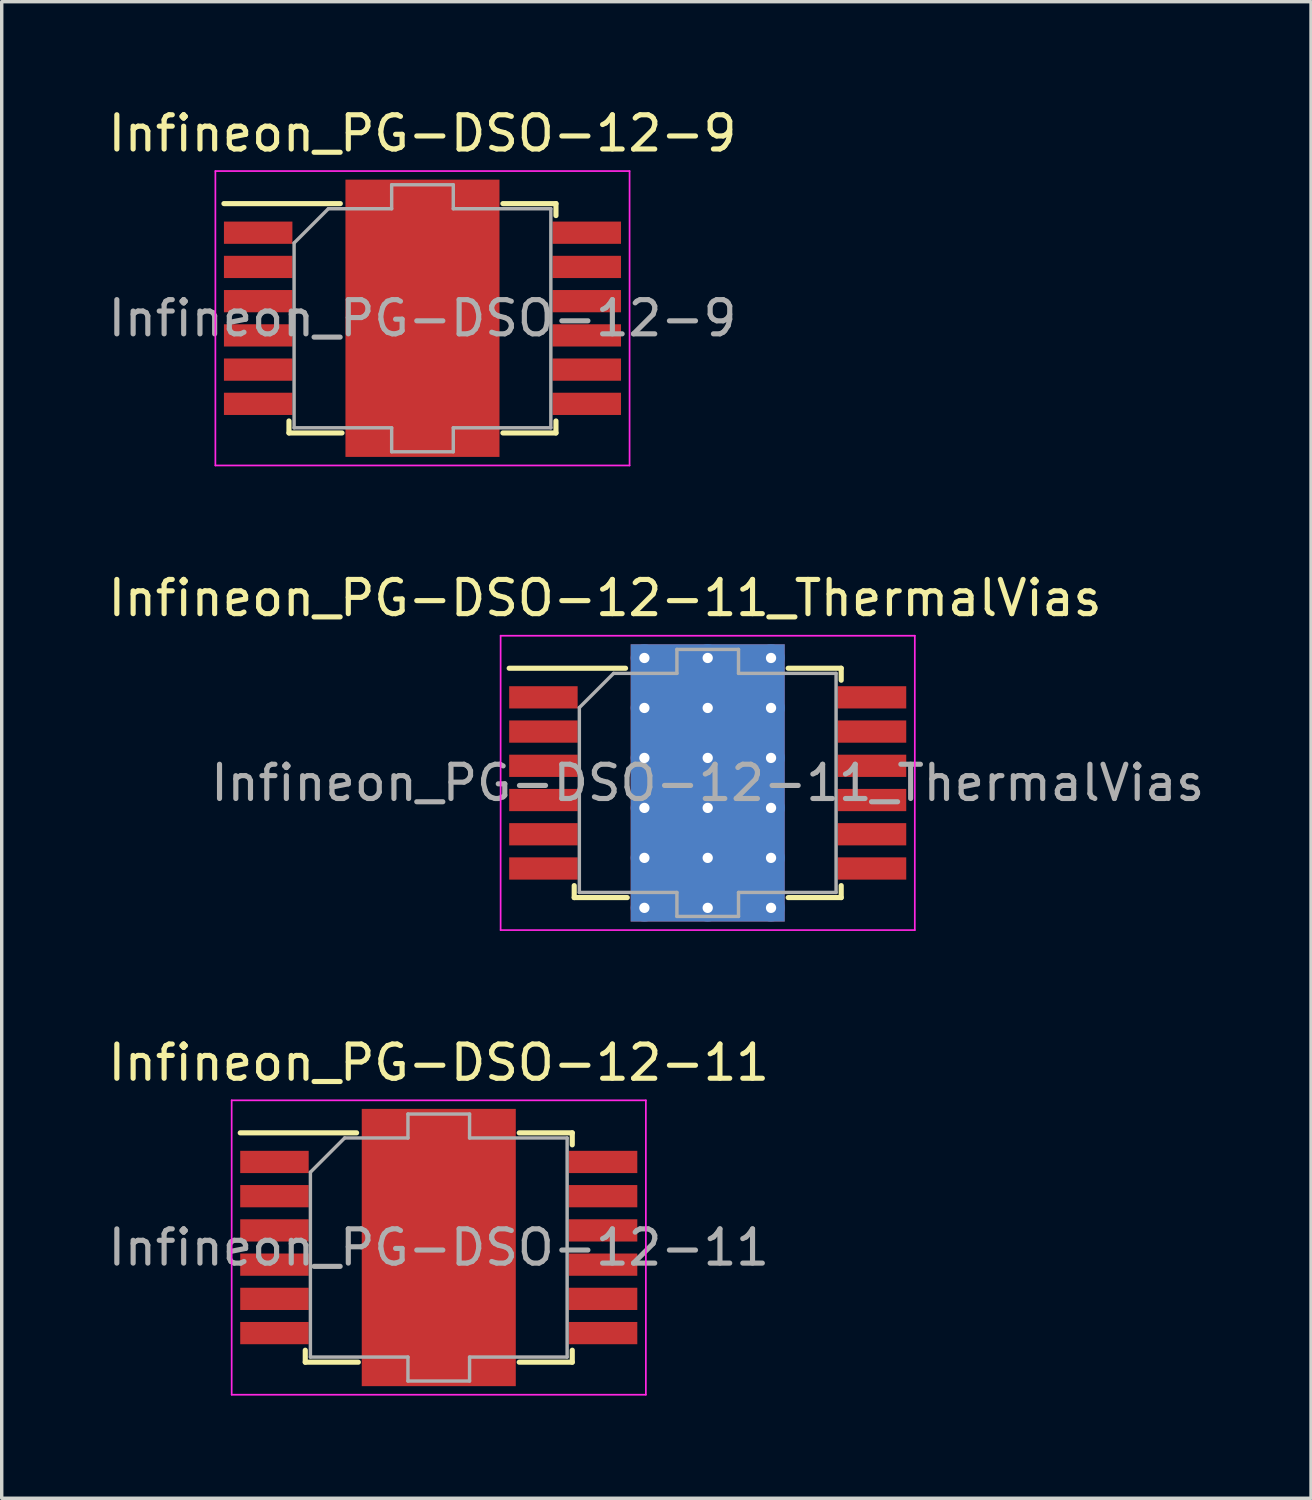
<source format=kicad_pcb>
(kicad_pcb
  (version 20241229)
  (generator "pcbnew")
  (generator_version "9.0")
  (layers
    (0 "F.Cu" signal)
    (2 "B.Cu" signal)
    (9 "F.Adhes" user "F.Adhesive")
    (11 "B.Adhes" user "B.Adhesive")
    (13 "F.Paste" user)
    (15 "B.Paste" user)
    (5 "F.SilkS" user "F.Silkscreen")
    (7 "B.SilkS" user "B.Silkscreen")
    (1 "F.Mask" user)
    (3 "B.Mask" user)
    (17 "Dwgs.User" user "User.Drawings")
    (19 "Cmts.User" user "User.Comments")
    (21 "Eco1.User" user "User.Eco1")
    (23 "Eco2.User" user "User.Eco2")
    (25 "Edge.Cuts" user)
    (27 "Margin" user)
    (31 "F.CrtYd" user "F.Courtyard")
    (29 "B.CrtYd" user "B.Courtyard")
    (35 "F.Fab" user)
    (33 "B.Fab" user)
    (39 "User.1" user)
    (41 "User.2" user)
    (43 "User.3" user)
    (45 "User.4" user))
  (footprint "Infineon_PG-DSO-12-11"
    (layer "F.Cu")
    (at 9.768 33.395)
    (property "Reference" "Infineon_PG-DSO-12-11" (at 0 -5.4 0) (layer "F.SilkS") (effects (font (size 1 1) (thickness 0.15))))
    (attr smd)
    (fp_line (start -5.8 -3.35) (end -2.4 -3.35) (stroke (width 0.15) (type solid)) (layer "F.SilkS"))
    (fp_line (start -3.9 3) (end -3.9 3.35) (stroke (width 0.15) (type solid)) (layer "F.SilkS"))
    (fp_line (start -3.9 3.35) (end -2.35 3.35) (stroke (width 0.15) (type solid)) (layer "F.SilkS"))
    (fp_line (start 3.9 -3.35) (end 2.35 -3.35) (stroke (width 0.15) (type solid)) (layer "F.SilkS"))
    (fp_line (start 3.9 -3) (end 3.9 -3.35) (stroke (width 0.15) (type solid)) (layer "F.SilkS"))
    (fp_line (start 3.9 3) (end 3.9 3.35) (stroke (width 0.15) (type solid)) (layer "F.SilkS"))
    (fp_line (start 3.9 3.35) (end 2.35 3.35) (stroke (width 0.15) (type solid)) (layer "F.SilkS"))
    (fp_line (start -6.05 -4.3) (end 6.05 -4.3) (stroke (width 0.05) (type solid)) (layer "F.CrtYd"))
    (fp_line (start -6.05 4.3) (end -6.05 -4.3) (stroke (width 0.05) (type solid)) (layer "F.CrtYd"))
    (fp_line (start 6.05 -4.3) (end 6.05 4.3) (stroke (width 0.05) (type solid)) (layer "F.CrtYd"))
    (fp_line (start 6.05 4.3) (end -6.05 4.3) (stroke (width 0.05) (type solid)) (layer "F.CrtYd"))
    (fp_line (start -3.75 3.2) (end -3.75 -2.2) (stroke (width 0.1) (type solid)) (layer "F.Fab"))
    (fp_line (start -2.75 -3.2) (end -3.75 -2.2) (stroke (width 0.1) (type solid)) (layer "F.Fab"))
    (fp_line (start -2.75 -3.2) (end -0.9 -3.2) (stroke (width 0.1) (type solid)) (layer "F.Fab"))
    (fp_line (start -0.9 -3.9) (end 0.9 -3.9) (stroke (width 0.1) (type solid)) (layer "F.Fab"))
    (fp_line (start -0.9 -3.2) (end -0.9 -3.9) (stroke (width 0.1) (type solid)) (layer "F.Fab"))
    (fp_line (start -0.9 3.2) (end -3.75 3.2) (stroke (width 0.1) (type solid)) (layer "F.Fab"))
    (fp_line (start -0.9 3.9) (end -0.9 3.2) (stroke (width 0.1) (type solid)) (layer "F.Fab"))
    (fp_line (start 0.9 -3.9) (end 0.9 -3.2) (stroke (width 0.1) (type solid)) (layer "F.Fab"))
    (fp_line (start 0.9 -3.2) (end 3.75 -3.2) (stroke (width 0.1) (type solid)) (layer "F.Fab"))
    (fp_line (start 0.9 3.2) (end 0.9 3.9) (stroke (width 0.1) (type solid)) (layer "F.Fab"))
    (fp_line (start 0.9 3.9) (end -0.9 3.9) (stroke (width 0.1) (type solid)) (layer "F.Fab"))
    (fp_line (start 3.75 -3.2) (end 3.75 3.2) (stroke (width 0.1) (type solid)) (layer "F.Fab"))
    (fp_line (start 3.75 3.2) (end 0.9 3.2) (stroke (width 0.1) (type solid)) (layer "F.Fab"))
    (fp_text user "${REFERENCE}" (at 0 0 0) (layer "F.Fab") (effects (font (size 1 1) (thickness 0.15))))
    (pad "" smd rect (at -1.125 -2.92) (size 1.95 1.16) (layers "F.Paste"))
    (pad "" smd rect (at -1.125 -1.46) (size 1.95 1.16) (layers "F.Paste"))
    (pad "" smd rect (at -1.125 0) (size 1.95 1.16) (layers "F.Paste"))
    (pad "" smd rect (at -1.125 1.46) (size 1.95 1.16) (layers "F.Paste"))
    (pad "" smd rect (at -1.125 2.92) (size 1.95 1.16) (layers "F.Paste"))
    (pad "" smd rect (at 1.125 -2.92) (size 1.95 1.16) (layers "F.Paste"))
    (pad "" smd rect (at 1.125 -1.46) (size 1.95 1.16) (layers "F.Paste"))
    (pad "" smd rect (at 1.125 0) (size 1.95 1.16) (layers "F.Paste"))
    (pad "" smd rect (at 1.125 1.46) (size 1.95 1.16) (layers "F.Paste"))
    (pad "" smd rect (at 1.125 2.92) (size 1.95 1.16) (layers "F.Paste"))
    (pad "1" smd rect (at -4.8 -2.5) (size 2 0.65) (layers "F.Cu" "F.Mask" "F.Paste"))
    (pad "2" smd rect (at -4.8 -1.5) (size 2 0.65) (layers "F.Cu" "F.Mask" "F.Paste"))
    (pad "3" smd rect (at -4.8 -0.5) (size 2 0.65) (layers "F.Cu" "F.Mask" "F.Paste"))
    (pad "4" smd rect (at -4.8 0.5) (size 2 0.65) (layers "F.Cu" "F.Mask" "F.Paste"))
    (pad "5" smd rect (at -4.8 1.5) (size 2 0.65) (layers "F.Cu" "F.Mask" "F.Paste"))
    (pad "6" smd rect (at -4.8 2.5) (size 2 0.65) (layers "F.Cu" "F.Mask" "F.Paste"))
    (pad "7" smd rect (at 4.8 2.5) (size 2 0.65) (layers "F.Cu" "F.Mask" "F.Paste"))
    (pad "8" smd rect (at 4.8 1.5) (size 2 0.65) (layers "F.Cu" "F.Mask" "F.Paste"))
    (pad "9" smd rect (at 4.8 0.5) (size 2 0.65) (layers "F.Cu" "F.Mask" "F.Paste"))
    (pad "10" smd rect (at 4.8 -0.5) (size 2 0.65) (layers "F.Cu" "F.Mask" "F.Paste"))
    (pad "11" smd rect (at 4.8 -1.5) (size 2 0.65) (layers "F.Cu" "F.Mask" "F.Paste"))
    (pad "12" smd rect (at 4.8 -2.5) (size 2 0.65) (layers "F.Cu" "F.Mask" "F.Paste"))
    (pad "13" smd rect (at 0 0) (size 4.5 8.1) (layers "F.Cu" "F.Mask")))
  (footprint "Infineon_PG-DSO-12-11_ThermalVias"
    (layer "F.Cu")
    (at 17.625 19.822)
    (property "Reference" "Infineon_PG-DSO-12-11_ThermalVias" (at -3 -5.4 0) (layer "F.SilkS") (effects (font (size 1 1) (thickness 0.15))))
    (attr smd)
    (fp_line (start -5.8 -3.35) (end -2.4 -3.35) (stroke (width 0.15) (type solid)) (layer "F.SilkS"))
    (fp_line (start -3.9 3) (end -3.9 3.35) (stroke (width 0.15) (type solid)) (layer "F.SilkS"))
    (fp_line (start -3.9 3.35) (end -2.35 3.35) (stroke (width 0.15) (type solid)) (layer "F.SilkS"))
    (fp_line (start 3.9 -3.35) (end 2.35 -3.35) (stroke (width 0.15) (type solid)) (layer "F.SilkS"))
    (fp_line (start 3.9 -3) (end 3.9 -3.35) (stroke (width 0.15) (type solid)) (layer "F.SilkS"))
    (fp_line (start 3.9 3) (end 3.9 3.35) (stroke (width 0.15) (type solid)) (layer "F.SilkS"))
    (fp_line (start 3.9 3.35) (end 2.35 3.35) (stroke (width 0.15) (type solid)) (layer "F.SilkS"))
    (fp_line (start -6.05 -4.3) (end 6.05 -4.3) (stroke (width 0.05) (type solid)) (layer "F.CrtYd"))
    (fp_line (start -6.05 4.3) (end -6.05 -4.3) (stroke (width 0.05) (type solid)) (layer "F.CrtYd"))
    (fp_line (start 6.05 -4.3) (end 6.05 4.3) (stroke (width 0.05) (type solid)) (layer "F.CrtYd"))
    (fp_line (start 6.05 4.3) (end -6.05 4.3) (stroke (width 0.05) (type solid)) (layer "F.CrtYd"))
    (fp_line (start -3.75 3.2) (end -3.75 -2.2) (stroke (width 0.1) (type solid)) (layer "F.Fab"))
    (fp_line (start -2.75 -3.2) (end -3.75 -2.2) (stroke (width 0.1) (type solid)) (layer "F.Fab"))
    (fp_line (start -2.75 -3.2) (end -0.9 -3.2) (stroke (width 0.1) (type solid)) (layer "F.Fab"))
    (fp_line (start -0.9 -3.9) (end 0.9 -3.9) (stroke (width 0.1) (type solid)) (layer "F.Fab"))
    (fp_line (start -0.9 -3.2) (end -0.9 -3.9) (stroke (width 0.1) (type solid)) (layer "F.Fab"))
    (fp_line (start -0.9 3.2) (end -3.75 3.2) (stroke (width 0.1) (type solid)) (layer "F.Fab"))
    (fp_line (start -0.9 3.9) (end -0.9 3.2) (stroke (width 0.1) (type solid)) (layer "F.Fab"))
    (fp_line (start 0.9 -3.9) (end 0.9 -3.2) (stroke (width 0.1) (type solid)) (layer "F.Fab"))
    (fp_line (start 0.9 -3.2) (end 3.75 -3.2) (stroke (width 0.1) (type solid)) (layer "F.Fab"))
    (fp_line (start 0.9 3.2) (end 0.9 3.9) (stroke (width 0.1) (type solid)) (layer "F.Fab"))
    (fp_line (start 0.9 3.9) (end -0.9 3.9) (stroke (width 0.1) (type solid)) (layer "F.Fab"))
    (fp_line (start 3.75 -3.2) (end 3.75 3.2) (stroke (width 0.1) (type solid)) (layer "F.Fab"))
    (fp_line (start 3.75 3.2) (end 0.9 3.2) (stroke (width 0.1) (type solid)) (layer "F.Fab"))
    (fp_text user "${REFERENCE}" (at 0 0 0) (layer "F.Fab") (effects (font (size 1 1) (thickness 0.15))))
    (pad "" smd rect (at -0.925 -2.92) (size 1.55 1.16) (layers "F.Paste"))
    (pad "" smd rect (at -0.925 -1.46) (size 1.55 1.16) (layers "F.Paste"))
    (pad "" smd rect (at -0.925 0) (size 1.55 1.16) (layers "F.Paste"))
    (pad "" smd rect (at -0.925 1.46) (size 1.55 1.16) (layers "F.Paste"))
    (pad "" smd rect (at -0.925 2.92) (size 1.55 1.16) (layers "F.Paste"))
    (pad "" smd rect (at 0.925 -2.92) (size 1.55 1.16) (layers "F.Paste"))
    (pad "" smd rect (at 0.925 -1.46) (size 1.55 1.16) (layers "F.Paste"))
    (pad "" smd rect (at 0.925 0) (size 1.55 1.16) (layers "F.Paste"))
    (pad "" smd rect (at 0.925 1.46) (size 1.55 1.16) (layers "F.Paste"))
    (pad "" smd rect (at 0.925 2.92) (size 1.55 1.16) (layers "F.Paste"))
    (pad "1" smd rect (at -4.8 -2.5) (size 2 0.65) (layers "F.Cu" "F.Mask" "F.Paste"))
    (pad "2" smd rect (at -4.8 -1.5) (size 2 0.65) (layers "F.Cu" "F.Mask" "F.Paste"))
    (pad "3" smd rect (at -4.8 -0.5) (size 2 0.65) (layers "F.Cu" "F.Mask" "F.Paste"))
    (pad "4" smd rect (at -4.8 0.5) (size 2 0.65) (layers "F.Cu" "F.Mask" "F.Paste"))
    (pad "5" smd rect (at -4.8 1.5) (size 2 0.65) (layers "F.Cu" "F.Mask" "F.Paste"))
    (pad "6" smd rect (at -4.8 2.5) (size 2 0.65) (layers "F.Cu" "F.Mask" "F.Paste"))
    (pad "7" smd rect (at 4.8 2.5) (size 2 0.65) (layers "F.Cu" "F.Mask" "F.Paste"))
    (pad "8" smd rect (at 4.8 1.5) (size 2 0.65) (layers "F.Cu" "F.Mask" "F.Paste"))
    (pad "9" smd rect (at 4.8 0.5) (size 2 0.65) (layers "F.Cu" "F.Mask" "F.Paste"))
    (pad "10" smd rect (at 4.8 -0.5) (size 2 0.65) (layers "F.Cu" "F.Mask" "F.Paste"))
    (pad "11" smd rect (at 4.8 -1.5) (size 2 0.65) (layers "F.Cu" "F.Mask" "F.Paste"))
    (pad "12" smd rect (at 4.8 -2.5) (size 2 0.65) (layers "F.Cu" "F.Mask" "F.Paste"))
    (pad "13" thru_hole circle (at -1.85 -3.65) (size 0.8 0.8) (drill 0.3) (layers "*.Cu"))
    (pad "13" thru_hole circle (at -1.85 -2.19) (size 0.8 0.8) (drill 0.3) (layers "*.Cu"))
    (pad "13" thru_hole circle (at -1.85 -0.73) (size 0.8 0.8) (drill 0.3) (layers "*.Cu"))
    (pad "13" thru_hole circle (at -1.85 0.73) (size 0.8 0.8) (drill 0.3) (layers "*.Cu"))
    (pad "13" thru_hole circle (at -1.85 2.19) (size 0.8 0.8) (drill 0.3) (layers "*.Cu"))
    (pad "13" thru_hole circle (at -1.85 3.65) (size 0.8 0.8) (drill 0.3) (layers "*.Cu"))
    (pad "13" thru_hole circle (at 0 -3.65) (size 0.8 0.8) (drill 0.3) (layers "*.Cu"))
    (pad "13" thru_hole circle (at 0 -2.19) (size 0.8 0.8) (drill 0.3) (layers "*.Cu"))
    (pad "13" thru_hole circle (at 0 -0.73) (size 0.8 0.8) (drill 0.3) (layers "*.Cu"))
    (pad "13" smd rect (at 0 0) (size 4.5 8.1) (layers "F.Cu" "F.Mask"))
    (pad "13" smd rect (at 0 0) (size 4.5 8.1) (layers "B.Cu"))
    (pad "13" thru_hole circle (at 0 0.73) (size 0.8 0.8) (drill 0.3) (layers "*.Cu"))
    (pad "13" thru_hole circle (at 0 2.19) (size 0.8 0.8) (drill 0.3) (layers "*.Cu"))
    (pad "13" thru_hole circle (at 0 3.65) (size 0.8 0.8) (drill 0.3) (layers "*.Cu"))
    (pad "13" thru_hole circle (at 1.85 -3.65) (size 0.8 0.8) (drill 0.3) (layers "*.Cu"))
    (pad "13" thru_hole circle (at 1.85 -2.19) (size 0.8 0.8) (drill 0.3) (layers "*.Cu"))
    (pad "13" thru_hole circle (at 1.85 -0.73) (size 0.8 0.8) (drill 0.3) (layers "*.Cu"))
    (pad "13" thru_hole circle (at 1.85 0.73) (size 0.8 0.8) (drill 0.3) (layers "*.Cu"))
    (pad "13" thru_hole circle (at 1.85 2.19) (size 0.8 0.8) (drill 0.3) (layers "*.Cu"))
    (pad "13" thru_hole circle (at 1.85 3.65) (size 0.8 0.8) (drill 0.3) (layers "*.Cu")))
  (footprint "Infineon_PG-DSO-12-9"
    (layer "F.Cu")
    (at 9.292 6.248)
    (property "Reference" "Infineon_PG-DSO-12-9" (at 0 -5.4 0) (layer "F.SilkS") (effects (font (size 1 1) (thickness 0.15))))
    (attr smd)
    (fp_line (start -5.8 -3.35) (end -2.4 -3.35) (stroke (width 0.15) (type solid)) (layer "F.SilkS"))
    (fp_line (start -3.9 3) (end -3.9 3.35) (stroke (width 0.15) (type solid)) (layer "F.SilkS"))
    (fp_line (start -3.9 3.35) (end -2.35 3.35) (stroke (width 0.15) (type solid)) (layer "F.SilkS"))
    (fp_line (start 3.9 -3.35) (end 2.35 -3.35) (stroke (width 0.15) (type solid)) (layer "F.SilkS"))
    (fp_line (start 3.9 -3) (end 3.9 -3.35) (stroke (width 0.15) (type solid)) (layer "F.SilkS"))
    (fp_line (start 3.9 3) (end 3.9 3.35) (stroke (width 0.15) (type solid)) (layer "F.SilkS"))
    (fp_line (start 3.9 3.35) (end 2.35 3.35) (stroke (width 0.15) (type solid)) (layer "F.SilkS"))
    (fp_line (start -6.05 -4.3) (end 6.05 -4.3) (stroke (width 0.05) (type solid)) (layer "F.CrtYd"))
    (fp_line (start -6.05 4.3) (end -6.05 -4.3) (stroke (width 0.05) (type solid)) (layer "F.CrtYd"))
    (fp_line (start 6.05 -4.3) (end 6.05 4.3) (stroke (width 0.05) (type solid)) (layer "F.CrtYd"))
    (fp_line (start 6.05 4.3) (end -6.05 4.3) (stroke (width 0.05) (type solid)) (layer "F.CrtYd"))
    (fp_line (start -3.75 3.2) (end -3.75 -2.2) (stroke (width 0.1) (type solid)) (layer "F.Fab"))
    (fp_line (start -2.75 -3.2) (end -3.75 -2.2) (stroke (width 0.1) (type solid)) (layer "F.Fab"))
    (fp_line (start -2.75 -3.2) (end -0.9 -3.2) (stroke (width 0.1) (type solid)) (layer "F.Fab"))
    (fp_line (start -0.9 -3.9) (end 0.9 -3.9) (stroke (width 0.1) (type solid)) (layer "F.Fab"))
    (fp_line (start -0.9 -3.2) (end -0.9 -3.9) (stroke (width 0.1) (type solid)) (layer "F.Fab"))
    (fp_line (start -0.9 3.2) (end -3.75 3.2) (stroke (width 0.1) (type solid)) (layer "F.Fab"))
    (fp_line (start -0.9 3.9) (end -0.9 3.2) (stroke (width 0.1) (type solid)) (layer "F.Fab"))
    (fp_line (start 0.9 -3.9) (end 0.9 -3.2) (stroke (width 0.1) (type solid)) (layer "F.Fab"))
    (fp_line (start 0.9 -3.2) (end 3.75 -3.2) (stroke (width 0.1) (type solid)) (layer "F.Fab"))
    (fp_line (start 0.9 3.2) (end 0.9 3.9) (stroke (width 0.1) (type solid)) (layer "F.Fab"))
    (fp_line (start 0.9 3.9) (end -0.9 3.9) (stroke (width 0.1) (type solid)) (layer "F.Fab"))
    (fp_line (start 3.75 -3.2) (end 3.75 3.2) (stroke (width 0.1) (type solid)) (layer "F.Fab"))
    (fp_line (start 3.75 3.2) (end 0.9 3.2) (stroke (width 0.1) (type solid)) (layer "F.Fab"))
    (fp_text user "${REFERENCE}" (at 0 0 0) (layer "F.Fab") (effects (font (size 1 1) (thickness 0.15))))
    (pad "" smd rect (at -1.125 -2.92) (size 1.95 1.16) (layers "F.Paste"))
    (pad "" smd rect (at -1.125 -1.46) (size 1.95 1.16) (layers "F.Paste"))
    (pad "" smd rect (at -1.125 0) (size 1.95 1.16) (layers "F.Paste"))
    (pad "" smd rect (at -1.125 1.46) (size 1.95 1.16) (layers "F.Paste"))
    (pad "" smd rect (at -1.125 2.92) (size 1.95 1.16) (layers "F.Paste"))
    (pad "" smd rect (at 1.125 -2.92) (size 1.95 1.16) (layers "F.Paste"))
    (pad "" smd rect (at 1.125 -1.46) (size 1.95 1.16) (layers "F.Paste"))
    (pad "" smd rect (at 1.125 0) (size 1.95 1.16) (layers "F.Paste"))
    (pad "" smd rect (at 1.125 1.46) (size 1.95 1.16) (layers "F.Paste"))
    (pad "" smd rect (at 1.125 2.92) (size 1.95 1.16) (layers "F.Paste"))
    (pad "1" smd rect (at -4.8 -2.5) (size 2 0.65) (layers "F.Cu" "F.Mask" "F.Paste"))
    (pad "2" smd rect (at -4.8 -1.5) (size 2 0.65) (layers "F.Cu" "F.Mask" "F.Paste"))
    (pad "3" smd rect (at -4.8 -0.5) (size 2 0.65) (layers "F.Cu" "F.Mask" "F.Paste"))
    (pad "4" smd rect (at -4.8 0.5) (size 2 0.65) (layers "F.Cu" "F.Mask" "F.Paste"))
    (pad "5" smd rect (at -4.8 1.5) (size 2 0.65) (layers "F.Cu" "F.Mask" "F.Paste"))
    (pad "6" smd rect (at -4.8 2.5) (size 2 0.65) (layers "F.Cu" "F.Mask" "F.Paste"))
    (pad "7" smd rect (at 4.8 2.5) (size 2 0.65) (layers "F.Cu" "F.Mask" "F.Paste"))
    (pad "8" smd rect (at 4.8 1.5) (size 2 0.65) (layers "F.Cu" "F.Mask" "F.Paste"))
    (pad "9" smd rect (at 4.8 0.5) (size 2 0.65) (layers "F.Cu" "F.Mask" "F.Paste"))
    (pad "10" smd rect (at 4.8 -0.5) (size 2 0.65) (layers "F.Cu" "F.Mask" "F.Paste"))
    (pad "11" smd rect (at 4.8 -1.5) (size 2 0.65) (layers "F.Cu" "F.Mask" "F.Paste"))
    (pad "12" smd rect (at 4.8 -2.5) (size 2 0.65) (layers "F.Cu" "F.Mask" "F.Paste"))
    (pad "13" smd rect (at 0 0) (size 4.5 8.1) (layers "F.Cu" "F.Mask")))
  (gr_rect
    (start -3 -3)
    (end 35.25 40.72)
    (stroke (width 0.1) (type default))
    (fill no)
    (layer "Edge.Cuts")))
</source>
